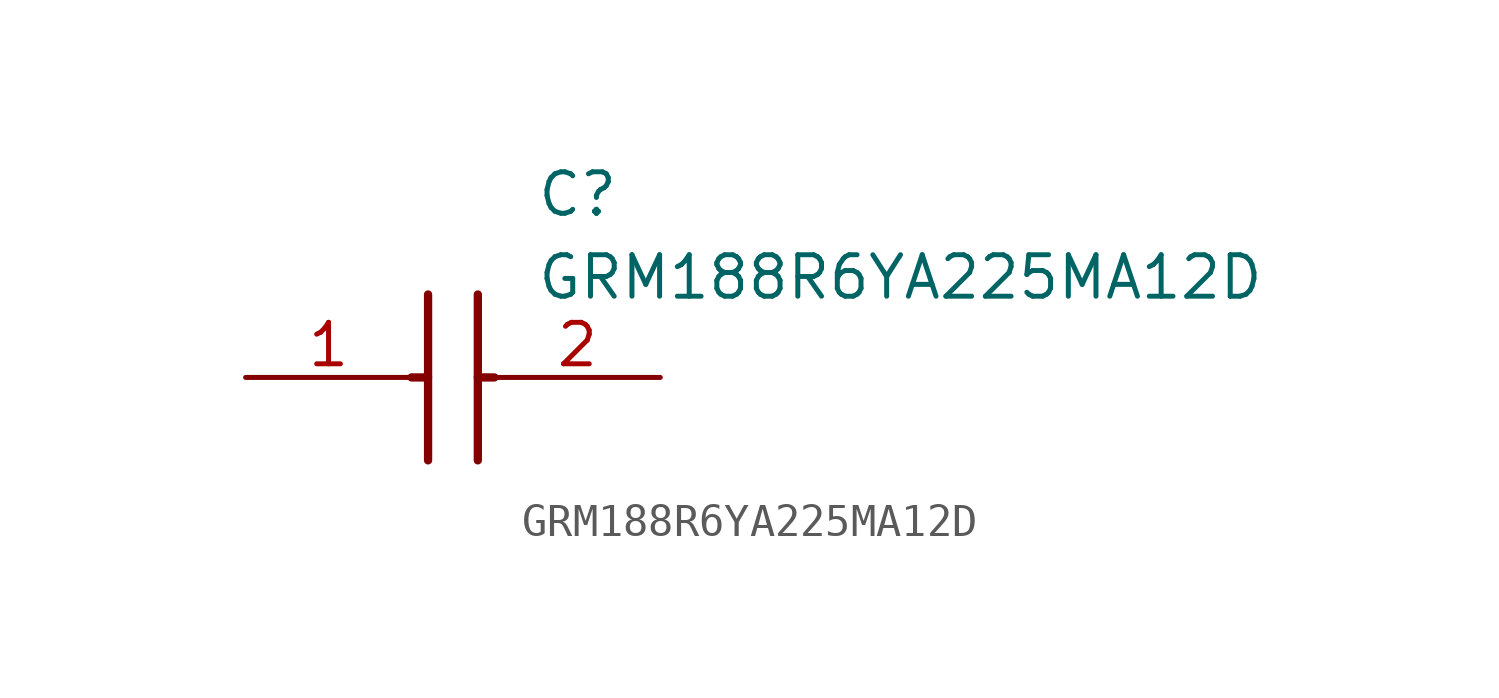
<source format=kicad_sym>
(kicad_symbol_lib
  (version 20211014)
  (generator SamacSys_ECAD_Model)
  (symbol "GRM188R6YA225MA12D"
    (pin_names hide)
    (property "Reference" "C"
      (at 8.89 6.35 0)
      (effects (font (size 1.27 1.27)) (justify left top)))
    (property "Value" "GRM188R6YA225MA12D"
      (at 8.89 3.81 0)
      (effects (font (size 1.27 1.27)) (justify left top)))
    (polyline
      (pts (xy 5.588 2.54) (xy 5.588 -2.54))
      (stroke (width 0.254) (type default))
      (fill (type none)))
    (polyline
      (pts (xy 7.112 2.54) (xy 7.112 -2.54))
      (stroke (width 0.254) (type default))
      (fill (type none)))
    (polyline
      (pts (xy 5.08 0) (xy 5.588 0))
      (stroke (width 0.254) (type default))
      (fill (type none)))
    (polyline
      (pts (xy 7.112 0) (xy 7.62 0))
      (stroke (width 0.254) (type default))
      (fill (type none)))
    (pin passive line
      (at 0 0 0)
      (length 5.08)
      (name "1" (effects (font (size 1.27 1.27))))
      (number "1" (effects (font (size 1.27 1.27)))))
    (pin passive line
      (at 12.7 0 180)
      (length 5.08)
      (name "2" (effects (font (size 1.27 1.27))))
      (number "2" (effects (font (size 1.27 1.27)))))))
</source>
